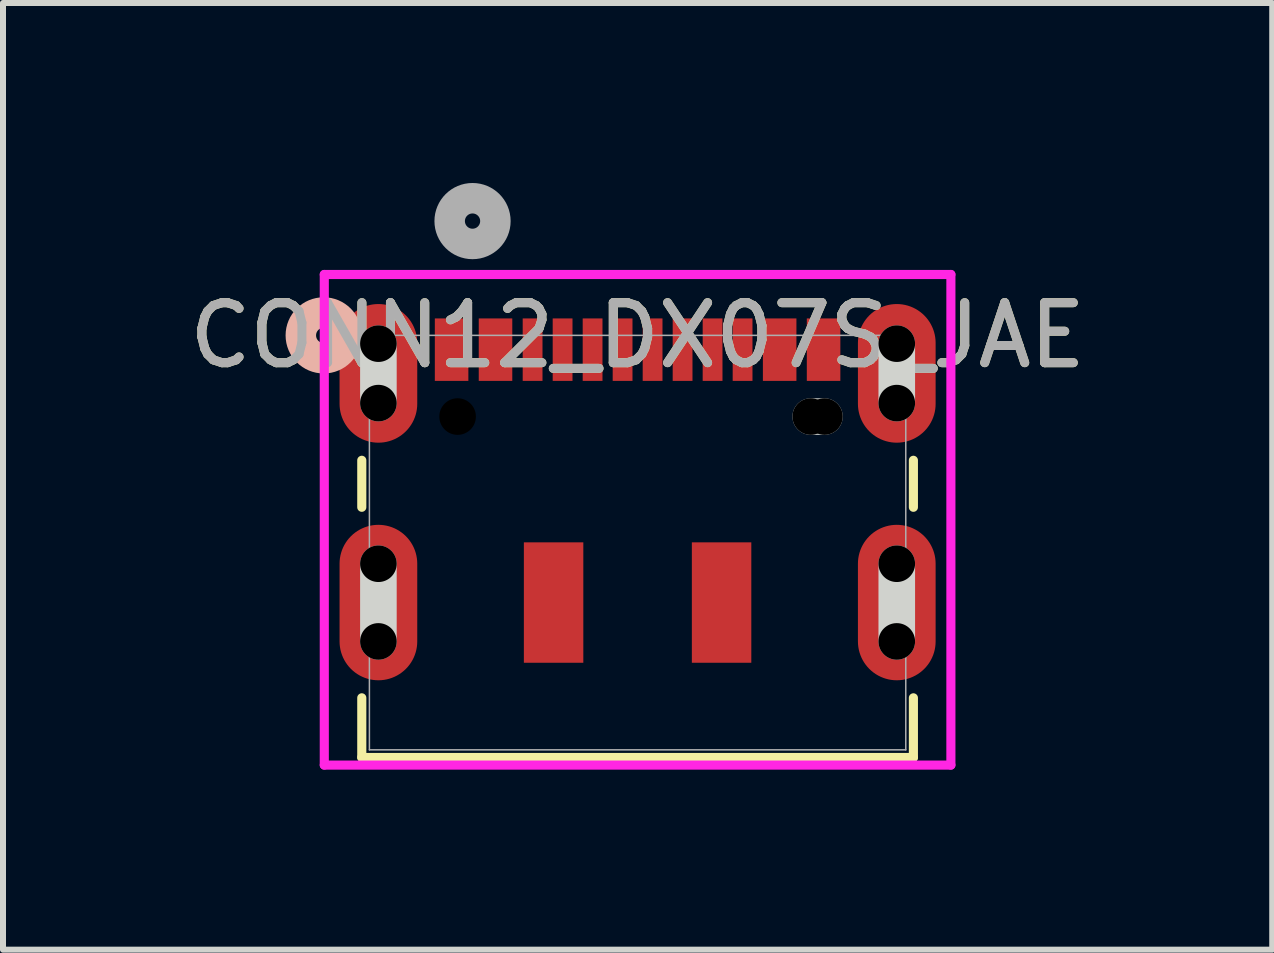
<source format=kicad_pcb>
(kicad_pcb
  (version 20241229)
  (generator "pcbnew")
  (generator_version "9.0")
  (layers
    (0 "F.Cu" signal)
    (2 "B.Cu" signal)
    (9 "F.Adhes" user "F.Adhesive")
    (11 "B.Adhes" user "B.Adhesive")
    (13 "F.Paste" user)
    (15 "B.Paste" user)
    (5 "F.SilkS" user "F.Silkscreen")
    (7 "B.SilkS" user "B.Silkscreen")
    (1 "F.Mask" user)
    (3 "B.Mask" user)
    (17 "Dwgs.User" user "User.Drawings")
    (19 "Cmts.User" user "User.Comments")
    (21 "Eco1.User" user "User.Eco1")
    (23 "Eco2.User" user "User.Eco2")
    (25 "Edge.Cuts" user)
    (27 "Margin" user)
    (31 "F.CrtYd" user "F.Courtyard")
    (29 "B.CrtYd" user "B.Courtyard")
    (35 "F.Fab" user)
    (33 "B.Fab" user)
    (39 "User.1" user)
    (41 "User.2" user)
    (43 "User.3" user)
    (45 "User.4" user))
  (footprint "CONN12_DX07S_JAE"
    (layer "F.Cu")
    (at 7.577 5.994)
    (property "Reference" "CONN12_DX07S_JAE" (at 0 -3.454 0) (unlocked yes) (layer "F.SilkS") (effects (font (size 1 1) (thickness 0.15))))
    (attr smd)
    (fp_line (start -4.597 -0.589) (end -4.597 -1.372) (stroke (width 0.152) (type solid)) (layer "F.SilkS"))
    (fp_line (start -4.597 3.581) (end -4.597 2.587) (stroke (width 0.152) (type solid)) (layer "F.SilkS"))
    (fp_line (start 4.597 -1.372) (end 4.597 -0.589) (stroke (width 0.152) (type solid)) (layer "F.SilkS"))
    (fp_line (start 4.597 2.587) (end 4.597 3.581) (stroke (width 0.152) (type solid)) (layer "F.SilkS"))
    (fp_line (start 4.597 3.581) (end -4.597 3.581) (stroke (width 0.152) (type solid)) (layer "F.SilkS"))
    (fp_circle (center -5.232 -3.454) (end -4.851 -3.454) (stroke (width 0.508) (type solid)) (fill no) (layer "B.SilkS"))
    (fp_line (start -4.32 1.647) (end -4.32 0.352) (stroke (width 0.61) (type solid)) (layer "Edge.Cuts"))
    (fp_line (start -4.32 -2.325) (end -4.32 -3.316) (stroke (width 0.61) (type solid)) (layer "Edge.Cuts"))
    (fp_line (start 2.886 -2.101) (end 3.114 -2.101) (stroke (width 0.61) (type solid)) (layer "Edge.Cuts"))
    (fp_line (start 4.32 -2.325) (end 4.32 -3.316) (stroke (width 0.61) (type solid)) (layer "Edge.Cuts"))
    (fp_line (start 4.32 1.647) (end 4.32 0.352) (stroke (width 0.61) (type solid)) (layer "Edge.Cuts"))
    (fp_line (start -5.222 -4.469) (end -5.222 3.708) (stroke (width 0.152) (type solid)) (layer "F.CrtYd"))
    (fp_line (start -5.222 3.708) (end 5.222 3.708) (stroke (width 0.152) (type solid)) (layer "F.CrtYd"))
    (fp_line (start 5.222 -4.469) (end -5.222 -4.469) (stroke (width 0.152) (type solid)) (layer "F.CrtYd"))
    (fp_line (start 5.222 3.708) (end 5.222 -4.469) (stroke (width 0.152) (type solid)) (layer "F.CrtYd"))
    (fp_line (start -4.47 -3.454) (end -4.47 3.454) (stroke (width 0.025) (type solid)) (layer "F.Fab"))
    (fp_line (start -4.47 3.454) (end 4.47 3.454) (stroke (width 0.025) (type solid)) (layer "F.Fab"))
    (fp_line (start 4.47 -3.454) (end -4.47 -3.454) (stroke (width 0.025) (type solid)) (layer "F.Fab"))
    (fp_line (start 4.47 3.454) (end 4.47 -3.454) (stroke (width 0.025) (type solid)) (layer "F.Fab"))
    (fp_circle (center -2.751 -5.359) (end -2.37 -5.359) (stroke (width 0.508) (type solid)) (fill no) (layer "F.Fab"))
    (fp_text user "${REFERENCE}" (at 0 -3.454 0) (unlocked yes) (layer "F.Fab") (effects (font (size 1 1) (thickness 0.15))))
    (pad "" np_thru_hole circle (at -4.32 0.352) (size 0.61 0.61) (drill 0.61) (layers))
    (pad "" np_thru_hole circle (at -4.32 1.647) (size 0.61 0.61) (drill 0.61) (layers))
    (pad "" np_thru_hole circle (at -4.32 -3.316) (size 0.61 0.61) (drill 0.61) (layers))
    (pad "" np_thru_hole circle (at -4.32 -2.325) (size 0.61 0.61) (drill 0.61) (layers))
    (pad "" np_thru_hole circle (at -3 -2.101) (size 0.61 0.61) (drill 0.61) (layers))
    (pad "" np_thru_hole circle (at 2.886 -2.101) (size 0.61 0.61) (drill 0.61) (layers))
    (pad "" np_thru_hole circle (at 3.114 -2.101) (size 0.61 0.61) (drill 0.61) (layers))
    (pad "" np_thru_hole circle (at 4.32 -3.316) (size 0.61 0.61) (drill 0.61) (layers))
    (pad "" np_thru_hole circle (at 4.32 -2.325) (size 0.61 0.61) (drill 0.61) (layers))
    (pad "" np_thru_hole circle (at 4.32 0.352) (size 0.61 0.61) (drill 0.61) (layers))
    (pad "" np_thru_hole circle (at 4.32 1.647) (size 0.61 0.61) (drill 0.61) (layers))
    (pad "1" smd rect (at -3.1 -3.216) (size 0.559 1.041) (layers "F.Cu" "F.Mask" "F.Paste"))
    (pad "2" smd rect (at -2.368 -3.216) (size 0.559 1.041) (layers "F.Cu" "F.Mask" "F.Paste"))
    (pad "3" smd rect (at -1.75 -3.216) (size 0.33 1.041) (layers "F.Cu" "F.Mask" "F.Paste"))
    (pad "4" smd rect (at -1.25 -3.216) (size 0.33 1.041) (layers "F.Cu" "F.Mask" "F.Paste"))
    (pad "5" smd rect (at -0.75 -3.216) (size 0.33 1.041) (layers "F.Cu" "F.Mask" "F.Paste"))
    (pad "6" smd rect (at -0.25 -3.216) (size 0.33 1.041) (layers "F.Cu" "F.Mask" "F.Paste"))
    (pad "7" smd rect (at 0.25 -3.216) (size 0.33 1.041) (layers "F.Cu" "F.Mask" "F.Paste"))
    (pad "8" smd rect (at 0.75 -3.216) (size 0.33 1.041) (layers "F.Cu" "F.Mask" "F.Paste"))
    (pad "9" smd rect (at 1.25 -3.216) (size 0.33 1.041) (layers "F.Cu" "F.Mask" "F.Paste"))
    (pad "10" smd rect (at 1.75 -3.216) (size 0.33 1.041) (layers "F.Cu" "F.Mask" "F.Paste"))
    (pad "11" smd rect (at 2.368 -3.216) (size 0.559 1.041) (layers "F.Cu" "F.Mask" "F.Paste"))
    (pad "12" smd rect (at 3.1 -3.216) (size 0.559 1.041) (layers "F.Cu" "F.Mask" "F.Paste"))
    (pad "13" smd oval (at -4.32 -2.821) (size 1.295 2.311) (layers "F.Cu" "F.Mask" "F.Paste"))
    (pad "14" smd oval (at 4.32 -2.821) (size 1.295 2.311) (layers "F.Cu" "F.Mask" "F.Paste"))
    (pad "15" smd oval (at -4.32 0.999) (size 1.295 2.591) (layers "F.Cu" "F.Mask" "F.Paste"))
    (pad "16" smd oval (at 4.32 0.999) (size 1.295 2.591) (layers "F.Cu" "F.Mask" "F.Paste"))
    (pad "17" smd rect (at -1.4 0.999) (size 0.991 2.007) (layers "F.Cu" "F.Mask" "F.Paste"))
    (pad "18" smd rect (at 1.4 0.999) (size 0.991 2.007) (layers "F.Cu" "F.Mask" "F.Paste")))
  (gr_rect
    (start -3 -3)
    (end 18.155 12.779)
    (stroke (width 0.1) (type default))
    (fill no)
    (layer "Edge.Cuts")))
</source>
